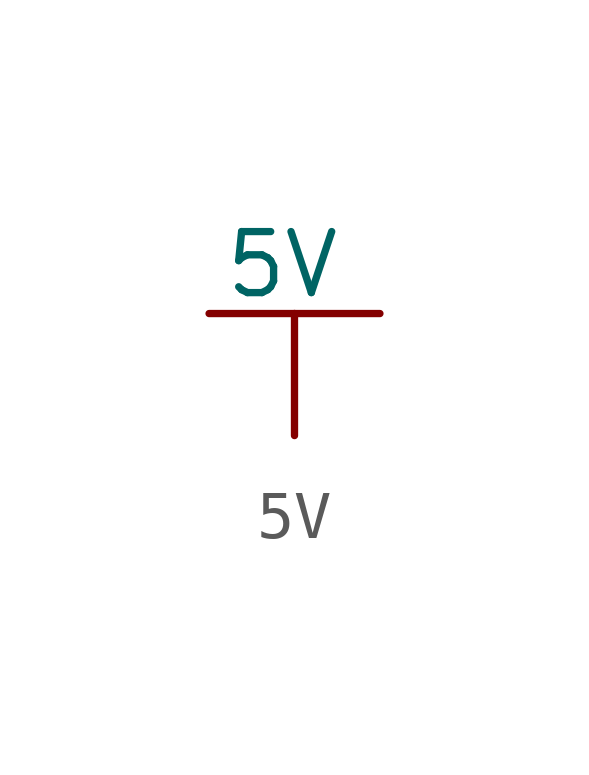
<source format=kicad_sym>
(kicad_symbol_lib
  (version 20220914)
  (generator kicad_symbol_editor)
  (symbol "5V"
    (power)
    (pin_numbers hide)
    (pin_names
      (offset 0) hide)
    (property "Reference" "#PWR"
      (at 0 -3.81 0)
      (effects (font (size 1.27 1.27)) hide))
    (property "Value" "5V"
      (at -0.254 3.556 0)
      (effects (font (size 1.27 1.27))))
    (property "Footprint" ""
      (at 0 0 0)
      (effects (font (size 1.524 1.524))))
    (property "Datasheet" ""
      (at 0 0 0)
      (effects (font (size 1.524 1.524))))
    (symbol "5V_0_1"
      (polyline (pts (xy -1.778 2.54) (xy 0 2.54)) (stroke (width 0) (type default)) (fill (type none)))
      (polyline (pts (xy 0 0) (xy 0 2.54)) (stroke (width 0) (type default)) (fill (type none)))
      (polyline (pts (xy 0 2.54) (xy 1.778 2.54)) (stroke (width 0) (type default)) (fill (type none))))
    (symbol "5V_1_1"
      (pin power_in line (at 0 0 90) (length 0) hide (name "5V" (effects (font (size 1.27 1.27)))) (number "1" (effects (font (size 1.27 1.27))))))))
</source>
